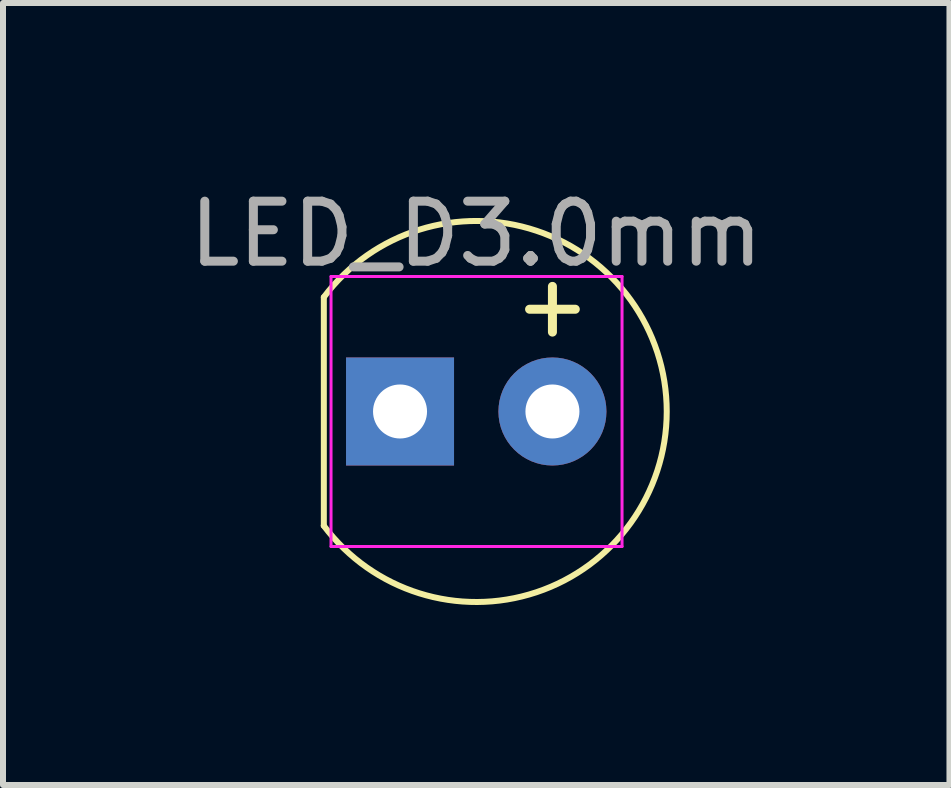
<source format=kicad_pcb>
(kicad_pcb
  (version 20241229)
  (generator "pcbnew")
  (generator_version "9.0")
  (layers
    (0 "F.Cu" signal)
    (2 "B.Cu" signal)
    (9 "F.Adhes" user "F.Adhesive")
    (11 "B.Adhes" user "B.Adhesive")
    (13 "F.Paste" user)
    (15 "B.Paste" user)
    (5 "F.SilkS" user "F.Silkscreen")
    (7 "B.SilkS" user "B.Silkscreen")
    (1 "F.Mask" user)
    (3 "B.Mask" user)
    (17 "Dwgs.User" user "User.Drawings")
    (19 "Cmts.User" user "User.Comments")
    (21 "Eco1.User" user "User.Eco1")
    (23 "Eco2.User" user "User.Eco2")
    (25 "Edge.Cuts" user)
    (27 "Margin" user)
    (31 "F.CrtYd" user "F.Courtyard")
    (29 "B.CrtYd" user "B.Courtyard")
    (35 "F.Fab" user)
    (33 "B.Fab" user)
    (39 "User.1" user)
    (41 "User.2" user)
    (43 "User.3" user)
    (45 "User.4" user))
  (footprint "LED_D3.0mm"
    (layer "F.Cu")
    (at 3.617 3.808)
    (property "Reference" "LED_D3.0mm" (at 1.27 -2.96 0) (layer "F.Fab") (effects (font (size 1 1) (thickness 0.15))))
    (attr through_hole)
    (fp_line (start -1.27 -1.905) (end -1.27 1.905) (stroke (width 0.1) (type solid)) (layer "F.SilkS"))
    (fp_arc (start -1.27 -1.905) (mid 4.445 0.001103) (end -1.271323 1.903235) (stroke (width 0.1) (type solid)) (layer "F.SilkS"))
    (fp_line (start -1.15 -2.25) (end -1.15 2.25) (stroke (width 0.05) (type solid)) (layer "F.CrtYd"))
    (fp_line (start -1.15 2.25) (end 3.7 2.25) (stroke (width 0.05) (type solid)) (layer "F.CrtYd"))
    (fp_line (start 3.7 -2.25) (end -1.15 -2.25) (stroke (width 0.05) (type solid)) (layer "F.CrtYd"))
    (fp_line (start 3.7 2.25) (end 3.7 -2.25) (stroke (width 0.05) (type solid)) (layer "F.CrtYd"))
    (fp_text user "+" (at 2.54 -1.778 0) (layer "F.SilkS") (effects (font (size 1 1) (thickness 0.15))))
    (pad "1" thru_hole rect (at 0 0) (size 1.8 1.8) (drill 0.9) (layers "*.Cu" "*.Mask"))
    (pad "2" thru_hole circle (at 2.54 0) (size 1.8 1.8) (drill 0.9) (layers "*.Cu" "*.Mask")))
  (gr_rect
    (start -3 -3)
    (end 12.774 10.033)
    (stroke (width 0.1) (type default))
    (fill no)
    (layer "Edge.Cuts")))
</source>
